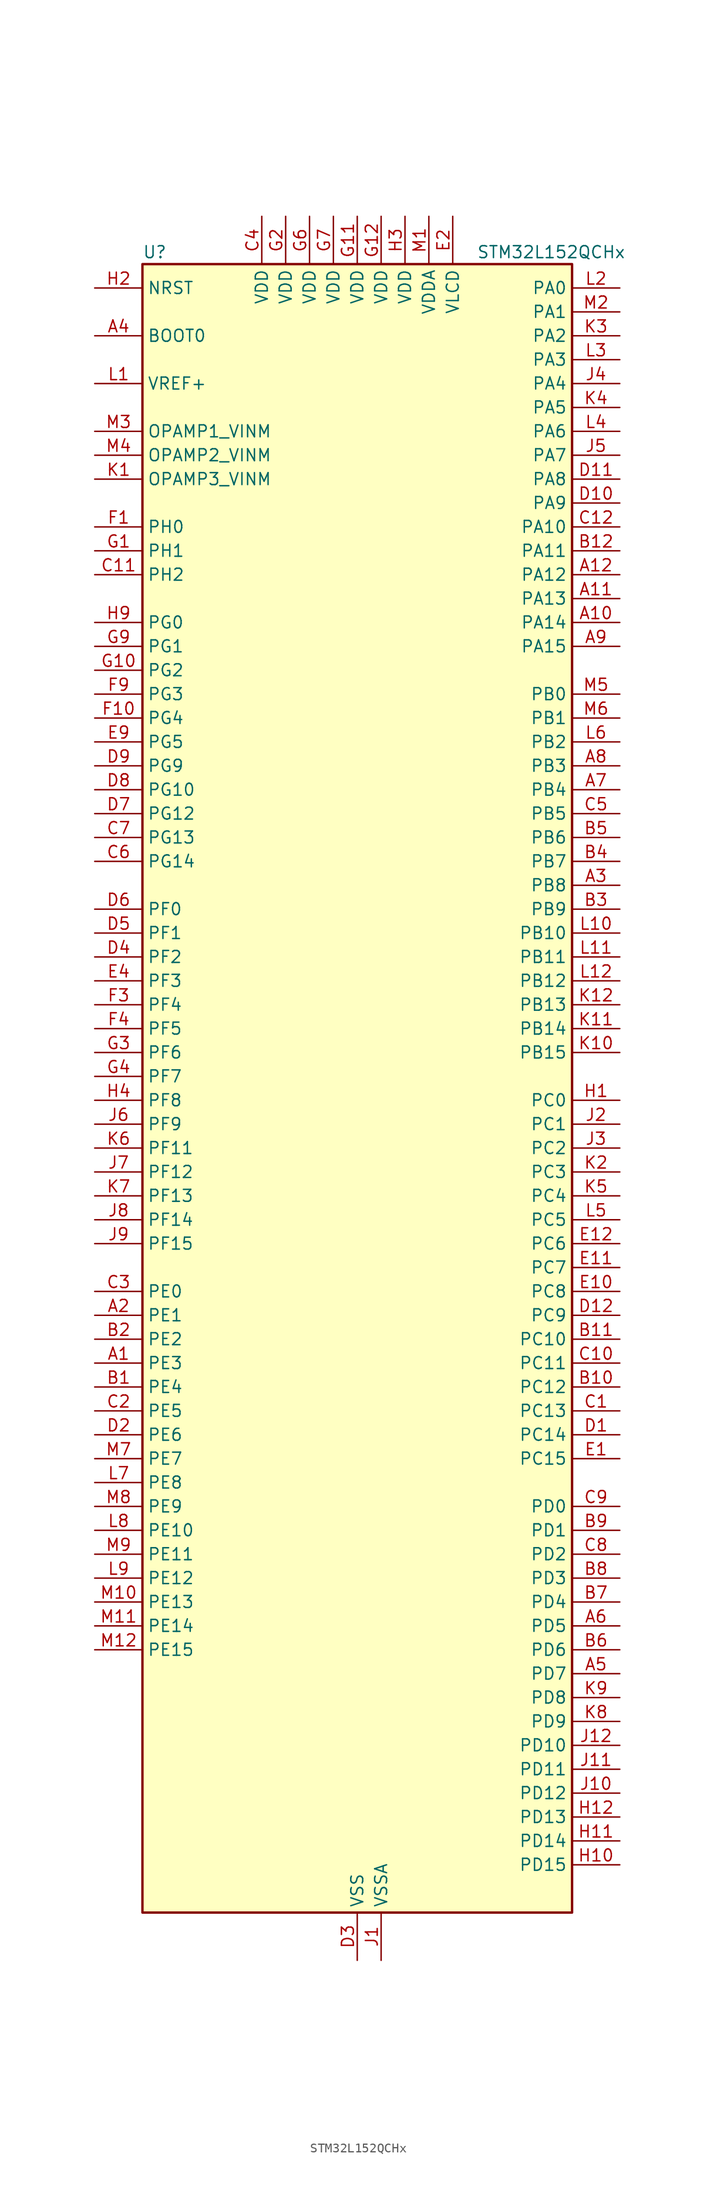
<source format=kicad_sym>
(kicad_symbol_lib
  (version 20220914)
  (generator kicad_symbol_editor)
  (symbol "STM32L152QCHx"
    (property "Reference" "U"
      (at -22.86 90.17 0)
      (effects (font (size 1.27 1.27)) (justify left)))
    (property "Value" "STM32L152QCHx"
      (at 12.7 90.17 0)
      (effects (font (size 1.27 1.27)) (justify left)))
    (property "ki_locked" ""
      (at 0 0 0)
      (effects (font (size 1.27 1.27))))
    (symbol "STM32L152QCHx_0_1"
      (rectangle (start -22.86 -86.36) (end 22.86 88.9) (stroke (width 0.254) (type default)) (fill (type background))))
    (symbol "STM32L152QCHx_1_1"
      (pin bidirectional line (at -27.94 -27.94 0) (length 5.08) (name "PE3" (effects (font (size 1.27 1.27)))) (number "A1" (effects (font (size 1.27 1.27)))) (alternate "LCD_SEG39" bidirectional line) (alternate "SYS_TRACED0" bidirectional line) (alternate "TIM3_CH1" bidirectional line) (alternate "TIMX_IC4" bidirectional line))
      (pin bidirectional line (at 27.94 50.8 180) (length 5.08) (name "PA14" (effects (font (size 1.27 1.27)))) (number "A10" (effects (font (size 1.27 1.27)))) (alternate "SYS_JTCK-SWCLK" bidirectional line) (alternate "TIMX_IC3" bidirectional line) (alternate "TS_G5_IO2" bidirectional line))
      (pin bidirectional line (at 27.94 53.34 180) (length 5.08) (name "PA13" (effects (font (size 1.27 1.27)))) (number "A11" (effects (font (size 1.27 1.27)))) (alternate "SYS_JTMS-SWDIO" bidirectional line) (alternate "TIMX_IC2" bidirectional line) (alternate "TS_G5_IO1" bidirectional line))
      (pin bidirectional line (at 27.94 55.88 180) (length 5.08) (name "PA12" (effects (font (size 1.27 1.27)))) (number "A12" (effects (font (size 1.27 1.27)))) (alternate "SPI1_MOSI" bidirectional line) (alternate "TIMX_IC1" bidirectional line) (alternate "USART1_RTS" bidirectional line) (alternate "USB_DP" bidirectional line))
      (pin bidirectional line (at -27.94 -22.86 0) (length 5.08) (name "PE1" (effects (font (size 1.27 1.27)))) (number "A2" (effects (font (size 1.27 1.27)))) (alternate "LCD_SEG37" bidirectional line) (alternate "TIM11_CH1" bidirectional line) (alternate "TIMX_IC2" bidirectional line))
      (pin bidirectional line (at 27.94 22.86 180) (length 5.08) (name "PB8" (effects (font (size 1.27 1.27)))) (number "A3" (effects (font (size 1.27 1.27)))) (alternate "I2C1_SCL" bidirectional line) (alternate "LCD_SEG16" bidirectional line) (alternate "TIM10_CH1" bidirectional line) (alternate "TIM4_CH3" bidirectional line))
      (pin input line (at -27.94 81.28 0) (length 5.08) (name "BOOT0" (effects (font (size 1.27 1.27)))) (number "A4" (effects (font (size 1.27 1.27)))))
      (pin bidirectional line (at 27.94 -60.96 180) (length 5.08) (name "PD7" (effects (font (size 1.27 1.27)))) (number "A5" (effects (font (size 1.27 1.27)))) (alternate "TIM9_CH2" bidirectional line) (alternate "TIMX_IC4" bidirectional line) (alternate "USART2_CK" bidirectional line))
      (pin bidirectional line (at 27.94 -55.88 180) (length 5.08) (name "PD5" (effects (font (size 1.27 1.27)))) (number "A6" (effects (font (size 1.27 1.27)))) (alternate "TIMX_IC2" bidirectional line) (alternate "USART2_TX" bidirectional line))
      (pin bidirectional line (at 27.94 33.02 180) (length 5.08) (name "PB4" (effects (font (size 1.27 1.27)))) (number "A7" (effects (font (size 1.27 1.27)))) (alternate "COMP2_INP" bidirectional line) (alternate "LCD_SEG8" bidirectional line) (alternate "SPI1_MISO" bidirectional line) (alternate "SPI3_MISO" bidirectional line) (alternate "SYS_JTRST" bidirectional line) (alternate "TIM3_CH1" bidirectional line) (alternate "TS_G6_IO1" bidirectional line))
      (pin bidirectional line (at 27.94 35.56 180) (length 5.08) (name "PB3" (effects (font (size 1.27 1.27)))) (number "A8" (effects (font (size 1.27 1.27)))) (alternate "COMP2_INM" bidirectional line) (alternate "I2S3_CK" bidirectional line) (alternate "LCD_SEG7" bidirectional line) (alternate "SPI1_SCK" bidirectional line) (alternate "SPI3_SCK" bidirectional line) (alternate "SYS_JTDO-TRACESWO" bidirectional line) (alternate "TIM2_CH2" bidirectional line))
      (pin bidirectional line (at 27.94 48.26 180) (length 5.08) (name "PA15" (effects (font (size 1.27 1.27)))) (number "A9" (effects (font (size 1.27 1.27)))) (alternate "ADC_EXTI15" bidirectional line) (alternate "I2S3_WS" bidirectional line) (alternate "LCD_SEG17" bidirectional line) (alternate "SPI1_NSS" bidirectional line) (alternate "SPI3_NSS" bidirectional line) (alternate "SYS_JTDI" bidirectional line) (alternate "TIM2_CH1" bidirectional line) (alternate "TIM2_ETR" bidirectional line) (alternate "TIMX_IC4" bidirectional line) (alternate "TS_G5_IO3" bidirectional line))
      (pin bidirectional line (at -27.94 -30.48 0) (length 5.08) (name "PE4" (effects (font (size 1.27 1.27)))) (number "B1" (effects (font (size 1.27 1.27)))) (alternate "SYS_TRACED1" bidirectional line) (alternate "TIM3_CH2" bidirectional line) (alternate "TIMX_IC1" bidirectional line))
      (pin bidirectional line (at 27.94 -30.48 180) (length 5.08) (name "PC12" (effects (font (size 1.27 1.27)))) (number "B10" (effects (font (size 1.27 1.27)))) (alternate "I2S3_SD" bidirectional line) (alternate "LCD_COM6" bidirectional line) (alternate "LCD_SEG30" bidirectional line) (alternate "LCD_SEG42" bidirectional line) (alternate "SPI3_MOSI" bidirectional line) (alternate "TIMX_IC1" bidirectional line) (alternate "USART3_CK" bidirectional line))
      (pin bidirectional line (at 27.94 -25.4 180) (length 5.08) (name "PC10" (effects (font (size 1.27 1.27)))) (number "B11" (effects (font (size 1.27 1.27)))) (alternate "I2S3_CK" bidirectional line) (alternate "LCD_COM4" bidirectional line) (alternate "LCD_SEG28" bidirectional line) (alternate "LCD_SEG40" bidirectional line) (alternate "SPI3_SCK" bidirectional line) (alternate "TIMX_IC3" bidirectional line) (alternate "USART3_TX" bidirectional line))
      (pin bidirectional line (at 27.94 58.42 180) (length 5.08) (name "PA11" (effects (font (size 1.27 1.27)))) (number "B12" (effects (font (size 1.27 1.27)))) (alternate "ADC_EXTI11" bidirectional line) (alternate "SPI1_MISO" bidirectional line) (alternate "TIMX_IC4" bidirectional line) (alternate "USART1_CTS" bidirectional line) (alternate "USB_DM" bidirectional line))
      (pin bidirectional line (at -27.94 -25.4 0) (length 5.08) (name "PE2" (effects (font (size 1.27 1.27)))) (number "B2" (effects (font (size 1.27 1.27)))) (alternate "LCD_SEG38" bidirectional line) (alternate "SYS_TRACECK" bidirectional line) (alternate "TIM3_ETR" bidirectional line) (alternate "TIMX_IC3" bidirectional line))
      (pin bidirectional line (at 27.94 20.32 180) (length 5.08) (name "PB9" (effects (font (size 1.27 1.27)))) (number "B3" (effects (font (size 1.27 1.27)))) (alternate "DAC_EXTI9" bidirectional line) (alternate "I2C1_SDA" bidirectional line) (alternate "LCD_COM3" bidirectional line) (alternate "TIM11_CH1" bidirectional line) (alternate "TIM4_CH4" bidirectional line))
      (pin bidirectional line (at 27.94 25.4 180) (length 5.08) (name "PB7" (effects (font (size 1.27 1.27)))) (number "B4" (effects (font (size 1.27 1.27)))) (alternate "COMP2_INP" bidirectional line) (alternate "I2C1_SDA" bidirectional line) (alternate "SYS_PVD_IN" bidirectional line) (alternate "TIM4_CH2" bidirectional line) (alternate "TS_G6_IO4" bidirectional line) (alternate "USART1_RX" bidirectional line))
      (pin bidirectional line (at 27.94 27.94 180) (length 5.08) (name "PB6" (effects (font (size 1.27 1.27)))) (number "B5" (effects (font (size 1.27 1.27)))) (alternate "COMP2_INP" bidirectional line) (alternate "I2C1_SCL" bidirectional line) (alternate "TIM4_CH1" bidirectional line) (alternate "TS_G6_IO3" bidirectional line) (alternate "USART1_TX" bidirectional line))
      (pin bidirectional line (at 27.94 -58.42 180) (length 5.08) (name "PD6" (effects (font (size 1.27 1.27)))) (number "B6" (effects (font (size 1.27 1.27)))) (alternate "TIMX_IC3" bidirectional line) (alternate "USART2_RX" bidirectional line))
      (pin bidirectional line (at 27.94 -53.34 180) (length 5.08) (name "PD4" (effects (font (size 1.27 1.27)))) (number "B7" (effects (font (size 1.27 1.27)))) (alternate "I2S2_SD" bidirectional line) (alternate "SPI2_MOSI" bidirectional line) (alternate "TIMX_IC1" bidirectional line) (alternate "USART2_RTS" bidirectional line))
      (pin bidirectional line (at 27.94 -50.8 180) (length 5.08) (name "PD3" (effects (font (size 1.27 1.27)))) (number "B8" (effects (font (size 1.27 1.27)))) (alternate "SPI2_MISO" bidirectional line) (alternate "TIMX_IC4" bidirectional line) (alternate "USART2_CTS" bidirectional line))
      (pin bidirectional line (at 27.94 -45.72 180) (length 5.08) (name "PD1" (effects (font (size 1.27 1.27)))) (number "B9" (effects (font (size 1.27 1.27)))) (alternate "I2S2_CK" bidirectional line) (alternate "SPI2_SCK" bidirectional line) (alternate "TIMX_IC2" bidirectional line))
      (pin bidirectional line (at 27.94 -33.02 180) (length 5.08) (name "PC13" (effects (font (size 1.27 1.27)))) (number "C1" (effects (font (size 1.27 1.27)))) (alternate "RTC_OUT_ALARM" bidirectional line) (alternate "RTC_OUT_CALIB" bidirectional line) (alternate "RTC_TAMP1" bidirectional line) (alternate "RTC_TS" bidirectional line) (alternate "SYS_WKUP2" bidirectional line) (alternate "TIMX_IC2" bidirectional line))
      (pin bidirectional line (at 27.94 -27.94 180) (length 5.08) (name "PC11" (effects (font (size 1.27 1.27)))) (number "C10" (effects (font (size 1.27 1.27)))) (alternate "ADC_EXTI11" bidirectional line) (alternate "LCD_COM5" bidirectional line) (alternate "LCD_SEG29" bidirectional line) (alternate "LCD_SEG41" bidirectional line) (alternate "SPI3_MISO" bidirectional line) (alternate "TIMX_IC4" bidirectional line) (alternate "USART3_RX" bidirectional line))
      (pin bidirectional line (at -27.94 55.88 0) (length 5.08) (name "PH2" (effects (font (size 1.27 1.27)))) (number "C11" (effects (font (size 1.27 1.27)))))
      (pin bidirectional line (at 27.94 60.96 180) (length 5.08) (name "PA10" (effects (font (size 1.27 1.27)))) (number "C12" (effects (font (size 1.27 1.27)))) (alternate "LCD_COM2" bidirectional line) (alternate "TIMX_IC3" bidirectional line) (alternate "TS_G4_IO3" bidirectional line) (alternate "USART1_RX" bidirectional line))
      (pin bidirectional line (at -27.94 -33.02 0) (length 5.08) (name "PE5" (effects (font (size 1.27 1.27)))) (number "C2" (effects (font (size 1.27 1.27)))) (alternate "SYS_TRACED2" bidirectional line) (alternate "TIM9_CH1" bidirectional line) (alternate "TIMX_IC2" bidirectional line))
      (pin bidirectional line (at -27.94 -20.32 0) (length 5.08) (name "PE0" (effects (font (size 1.27 1.27)))) (number "C3" (effects (font (size 1.27 1.27)))) (alternate "LCD_SEG36" bidirectional line) (alternate "TIM10_CH1" bidirectional line) (alternate "TIM4_ETR" bidirectional line) (alternate "TIMX_IC1" bidirectional line))
      (pin power_in line (at -10.16 93.98 270) (length 5.08) (name "VDD" (effects (font (size 1.27 1.27)))) (number "C4" (effects (font (size 1.27 1.27)))))
      (pin bidirectional line (at 27.94 30.48 180) (length 5.08) (name "PB5" (effects (font (size 1.27 1.27)))) (number "C5" (effects (font (size 1.27 1.27)))) (alternate "COMP2_INP" bidirectional line) (alternate "I2C1_SMBA" bidirectional line) (alternate "I2S3_SD" bidirectional line) (alternate "LCD_SEG9" bidirectional line) (alternate "SPI1_MOSI" bidirectional line) (alternate "SPI3_MOSI" bidirectional line) (alternate "TIM3_CH2" bidirectional line) (alternate "TS_G6_IO2" bidirectional line))
      (pin bidirectional line (at -27.94 25.4 0) (length 5.08) (name "PG14" (effects (font (size 1.27 1.27)))) (number "C6" (effects (font (size 1.27 1.27)))))
      (pin bidirectional line (at -27.94 27.94 0) (length 5.08) (name "PG13" (effects (font (size 1.27 1.27)))) (number "C7" (effects (font (size 1.27 1.27)))))
      (pin bidirectional line (at 27.94 -48.26 180) (length 5.08) (name "PD2" (effects (font (size 1.27 1.27)))) (number "C8" (effects (font (size 1.27 1.27)))) (alternate "LCD_COM7" bidirectional line) (alternate "LCD_SEG31" bidirectional line) (alternate "LCD_SEG43" bidirectional line) (alternate "TIM3_ETR" bidirectional line) (alternate "TIMX_IC3" bidirectional line))
      (pin bidirectional line (at 27.94 -43.18 180) (length 5.08) (name "PD0" (effects (font (size 1.27 1.27)))) (number "C9" (effects (font (size 1.27 1.27)))) (alternate "I2S2_WS" bidirectional line) (alternate "SPI2_NSS" bidirectional line) (alternate "TIM9_CH1" bidirectional line) (alternate "TIMX_IC1" bidirectional line))
      (pin bidirectional line (at 27.94 -35.56 180) (length 5.08) (name "PC14" (effects (font (size 1.27 1.27)))) (number "D1" (effects (font (size 1.27 1.27)))) (alternate "RCC_OSC32_IN" bidirectional line) (alternate "TIMX_IC3" bidirectional line))
      (pin bidirectional line (at 27.94 63.5 180) (length 5.08) (name "PA9" (effects (font (size 1.27 1.27)))) (number "D10" (effects (font (size 1.27 1.27)))) (alternate "DAC_EXTI9" bidirectional line) (alternate "LCD_COM1" bidirectional line) (alternate "TIMX_IC2" bidirectional line) (alternate "TS_G4_IO2" bidirectional line) (alternate "USART1_TX" bidirectional line))
      (pin bidirectional line (at 27.94 66.04 180) (length 5.08) (name "PA8" (effects (font (size 1.27 1.27)))) (number "D11" (effects (font (size 1.27 1.27)))) (alternate "LCD_COM0" bidirectional line) (alternate "RCC_MCO" bidirectional line) (alternate "TIMX_IC1" bidirectional line) (alternate "TS_G4_IO1" bidirectional line) (alternate "USART1_CK" bidirectional line))
      (pin bidirectional line (at 27.94 -22.86 180) (length 5.08) (name "PC9" (effects (font (size 1.27 1.27)))) (number "D12" (effects (font (size 1.27 1.27)))) (alternate "DAC_EXTI9" bidirectional line) (alternate "LCD_SEG27" bidirectional line) (alternate "TIM3_CH4" bidirectional line) (alternate "TIMX_IC2" bidirectional line) (alternate "TS_G10_IO4" bidirectional line))
      (pin bidirectional line (at -27.94 -35.56 0) (length 5.08) (name "PE6" (effects (font (size 1.27 1.27)))) (number "D2" (effects (font (size 1.27 1.27)))) (alternate "RTC_TAMP3" bidirectional line) (alternate "SYS_TRACED3" bidirectional line) (alternate "SYS_WKUP3" bidirectional line) (alternate "TIM9_CH2" bidirectional line) (alternate "TIMX_IC3" bidirectional line))
      (pin power_in line (at 0 -91.44 90) (length 5.08) (name "VSS" (effects (font (size 1.27 1.27)))) (number "D3" (effects (font (size 1.27 1.27)))))
      (pin bidirectional line (at -27.94 15.24 0) (length 5.08) (name "PF2" (effects (font (size 1.27 1.27)))) (number "D4" (effects (font (size 1.27 1.27)))))
      (pin bidirectional line (at -27.94 17.78 0) (length 5.08) (name "PF1" (effects (font (size 1.27 1.27)))) (number "D5" (effects (font (size 1.27 1.27)))))
      (pin bidirectional line (at -27.94 20.32 0) (length 5.08) (name "PF0" (effects (font (size 1.27 1.27)))) (number "D6" (effects (font (size 1.27 1.27)))))
      (pin bidirectional line (at -27.94 30.48 0) (length 5.08) (name "PG12" (effects (font (size 1.27 1.27)))) (number "D7" (effects (font (size 1.27 1.27)))))
      (pin bidirectional line (at -27.94 33.02 0) (length 5.08) (name "PG10" (effects (font (size 1.27 1.27)))) (number "D8" (effects (font (size 1.27 1.27)))))
      (pin bidirectional line (at -27.94 35.56 0) (length 5.08) (name "PG9" (effects (font (size 1.27 1.27)))) (number "D9" (effects (font (size 1.27 1.27)))) (alternate "DAC_EXTI9" bidirectional line))
      (pin bidirectional line (at 27.94 -38.1 180) (length 5.08) (name "PC15" (effects (font (size 1.27 1.27)))) (number "E1" (effects (font (size 1.27 1.27)))) (alternate "ADC_EXTI15" bidirectional line) (alternate "RCC_OSC32_OUT" bidirectional line) (alternate "TIMX_IC4" bidirectional line))
      (pin bidirectional line (at 27.94 -20.32 180) (length 5.08) (name "PC8" (effects (font (size 1.27 1.27)))) (number "E10" (effects (font (size 1.27 1.27)))) (alternate "LCD_SEG26" bidirectional line) (alternate "TIM3_CH3" bidirectional line) (alternate "TIMX_IC1" bidirectional line) (alternate "TS_G10_IO3" bidirectional line))
      (pin bidirectional line (at 27.94 -17.78 180) (length 5.08) (name "PC7" (effects (font (size 1.27 1.27)))) (number "E11" (effects (font (size 1.27 1.27)))) (alternate "I2S3_MCK" bidirectional line) (alternate "LCD_SEG25" bidirectional line) (alternate "TIM3_CH2" bidirectional line) (alternate "TIMX_IC4" bidirectional line) (alternate "TS_G10_IO2" bidirectional line))
      (pin bidirectional line (at 27.94 -15.24 180) (length 5.08) (name "PC6" (effects (font (size 1.27 1.27)))) (number "E12" (effects (font (size 1.27 1.27)))) (alternate "I2S2_MCK" bidirectional line) (alternate "LCD_SEG24" bidirectional line) (alternate "TIM3_CH1" bidirectional line) (alternate "TIMX_IC3" bidirectional line) (alternate "TS_G10_IO1" bidirectional line))
      (pin power_in line (at 10.16 93.98 270) (length 5.08) (name "VLCD" (effects (font (size 1.27 1.27)))) (number "E2" (effects (font (size 1.27 1.27)))))
      (pin passive line (at 0 -91.44 90) (length 5.08) hide (name "VSS" (effects (font (size 1.27 1.27)))) (number "E3" (effects (font (size 1.27 1.27)))))
      (pin bidirectional line (at -27.94 12.7 0) (length 5.08) (name "PF3" (effects (font (size 1.27 1.27)))) (number "E4" (effects (font (size 1.27 1.27)))))
      (pin bidirectional line (at -27.94 38.1 0) (length 5.08) (name "PG5" (effects (font (size 1.27 1.27)))) (number "E9" (effects (font (size 1.27 1.27)))))
      (pin bidirectional line (at -27.94 60.96 0) (length 5.08) (name "PH0" (effects (font (size 1.27 1.27)))) (number "F1" (effects (font (size 1.27 1.27)))) (alternate "RCC_OSC_IN" bidirectional line))
      (pin bidirectional line (at -27.94 40.64 0) (length 5.08) (name "PG4" (effects (font (size 1.27 1.27)))) (number "F10" (effects (font (size 1.27 1.27)))) (alternate "ADC_IN12b" bidirectional line) (alternate "TS_G7_IO7" bidirectional line))
      (pin passive line (at 0 -91.44 90) (length 5.08) hide (name "VSS" (effects (font (size 1.27 1.27)))) (number "F11" (effects (font (size 1.27 1.27)))))
      (pin passive line (at 0 -91.44 90) (length 5.08) hide (name "VSS" (effects (font (size 1.27 1.27)))) (number "F12" (effects (font (size 1.27 1.27)))))
      (pin passive line (at 0 -91.44 90) (length 5.08) hide (name "VSS" (effects (font (size 1.27 1.27)))) (number "F2" (effects (font (size 1.27 1.27)))))
      (pin bidirectional line (at -27.94 10.16 0) (length 5.08) (name "PF4" (effects (font (size 1.27 1.27)))) (number "F3" (effects (font (size 1.27 1.27)))))
      (pin bidirectional line (at -27.94 7.62 0) (length 5.08) (name "PF5" (effects (font (size 1.27 1.27)))) (number "F4" (effects (font (size 1.27 1.27)))))
      (pin passive line (at 0 -91.44 90) (length 5.08) hide (name "VSS" (effects (font (size 1.27 1.27)))) (number "F6" (effects (font (size 1.27 1.27)))))
      (pin passive line (at 0 -91.44 90) (length 5.08) hide (name "VSS" (effects (font (size 1.27 1.27)))) (number "F7" (effects (font (size 1.27 1.27)))))
      (pin bidirectional line (at -27.94 43.18 0) (length 5.08) (name "PG3" (effects (font (size 1.27 1.27)))) (number "F9" (effects (font (size 1.27 1.27)))) (alternate "ADC_IN11b" bidirectional line) (alternate "TS_G7_IO6" bidirectional line))
      (pin bidirectional line (at -27.94 58.42 0) (length 5.08) (name "PH1" (effects (font (size 1.27 1.27)))) (number "G1" (effects (font (size 1.27 1.27)))) (alternate "RCC_OSC_OUT" bidirectional line))
      (pin bidirectional line (at -27.94 45.72 0) (length 5.08) (name "PG2" (effects (font (size 1.27 1.27)))) (number "G10" (effects (font (size 1.27 1.27)))) (alternate "ADC_IN10b" bidirectional line) (alternate "TS_G7_IO5" bidirectional line))
      (pin power_in line (at 0 93.98 270) (length 5.08) (name "VDD" (effects (font (size 1.27 1.27)))) (number "G11" (effects (font (size 1.27 1.27)))))
      (pin power_in line (at 2.54 93.98 270) (length 5.08) (name "VDD" (effects (font (size 1.27 1.27)))) (number "G12" (effects (font (size 1.27 1.27)))))
      (pin power_in line (at -7.62 93.98 270) (length 5.08) (name "VDD" (effects (font (size 1.27 1.27)))) (number "G2" (effects (font (size 1.27 1.27)))))
      (pin bidirectional line (at -27.94 5.08 0) (length 5.08) (name "PF6" (effects (font (size 1.27 1.27)))) (number "G3" (effects (font (size 1.27 1.27)))) (alternate "ADC_IN27" bidirectional line) (alternate "TIM5_CH1" bidirectional line) (alternate "TIM5_ETR" bidirectional line) (alternate "TS_G11_IO1" bidirectional line))
      (pin bidirectional line (at -27.94 2.54 0) (length 5.08) (name "PF7" (effects (font (size 1.27 1.27)))) (number "G4" (effects (font (size 1.27 1.27)))) (alternate "ADC_IN28" bidirectional line) (alternate "COMP1_INP" bidirectional line) (alternate "TIM5_CH2" bidirectional line) (alternate "TS_G11_IO2" bidirectional line))
      (pin power_in line (at -5.08 93.98 270) (length 5.08) (name "VDD" (effects (font (size 1.27 1.27)))) (number "G6" (effects (font (size 1.27 1.27)))))
      (pin power_in line (at -2.54 93.98 270) (length 5.08) (name "VDD" (effects (font (size 1.27 1.27)))) (number "G7" (effects (font (size 1.27 1.27)))))
      (pin bidirectional line (at -27.94 48.26 0) (length 5.08) (name "PG1" (effects (font (size 1.27 1.27)))) (number "G9" (effects (font (size 1.27 1.27)))) (alternate "ADC_IN9b" bidirectional line) (alternate "TS_G2_IO5" bidirectional line))
      (pin bidirectional line (at 27.94 0 180) (length 5.08) (name "PC0" (effects (font (size 1.27 1.27)))) (number "H1" (effects (font (size 1.27 1.27)))) (alternate "ADC_IN10" bidirectional line) (alternate "COMP1_INP" bidirectional line) (alternate "LCD_SEG18" bidirectional line) (alternate "TIMX_IC1" bidirectional line) (alternate "TS_G8_IO1" bidirectional line))
      (pin bidirectional line (at 27.94 -81.28 180) (length 5.08) (name "PD15" (effects (font (size 1.27 1.27)))) (number "H10" (effects (font (size 1.27 1.27)))) (alternate "ADC_EXTI15" bidirectional line) (alternate "LCD_SEG35" bidirectional line) (alternate "TIM4_CH4" bidirectional line) (alternate "TIMX_IC4" bidirectional line))
      (pin bidirectional line (at 27.94 -78.74 180) (length 5.08) (name "PD14" (effects (font (size 1.27 1.27)))) (number "H11" (effects (font (size 1.27 1.27)))) (alternate "LCD_SEG34" bidirectional line) (alternate "TIM4_CH3" bidirectional line) (alternate "TIMX_IC3" bidirectional line))
      (pin bidirectional line (at 27.94 -76.2 180) (length 5.08) (name "PD13" (effects (font (size 1.27 1.27)))) (number "H12" (effects (font (size 1.27 1.27)))) (alternate "LCD_SEG33" bidirectional line) (alternate "TIM4_CH2" bidirectional line) (alternate "TIMX_IC2" bidirectional line))
      (pin input line (at -27.94 86.36 0) (length 5.08) (name "NRST" (effects (font (size 1.27 1.27)))) (number "H2" (effects (font (size 1.27 1.27)))))
      (pin power_in line (at 5.08 93.98 270) (length 5.08) (name "VDD" (effects (font (size 1.27 1.27)))) (number "H3" (effects (font (size 1.27 1.27)))))
      (pin bidirectional line (at -27.94 0 0) (length 5.08) (name "PF8" (effects (font (size 1.27 1.27)))) (number "H4" (effects (font (size 1.27 1.27)))) (alternate "ADC_IN29" bidirectional line) (alternate "COMP1_INP" bidirectional line) (alternate "TIM5_CH3" bidirectional line) (alternate "TS_G11_IO3" bidirectional line))
      (pin bidirectional line (at -27.94 50.8 0) (length 5.08) (name "PG0" (effects (font (size 1.27 1.27)))) (number "H9" (effects (font (size 1.27 1.27)))) (alternate "ADC_IN8b" bidirectional line) (alternate "TS_G2_IO4" bidirectional line))
      (pin power_in line (at 2.54 -91.44 90) (length 5.08) (name "VSSA" (effects (font (size 1.27 1.27)))) (number "J1" (effects (font (size 1.27 1.27)))))
      (pin bidirectional line (at 27.94 -73.66 180) (length 5.08) (name "PD12" (effects (font (size 1.27 1.27)))) (number "J10" (effects (font (size 1.27 1.27)))) (alternate "LCD_SEG32" bidirectional line) (alternate "TIM4_CH1" bidirectional line) (alternate "TIMX_IC1" bidirectional line) (alternate "USART3_RTS" bidirectional line))
      (pin bidirectional line (at 27.94 -71.12 180) (length 5.08) (name "PD11" (effects (font (size 1.27 1.27)))) (number "J11" (effects (font (size 1.27 1.27)))) (alternate "ADC_EXTI11" bidirectional line) (alternate "LCD_SEG31" bidirectional line) (alternate "TIMX_IC4" bidirectional line) (alternate "USART3_CTS" bidirectional line))
      (pin bidirectional line (at 27.94 -68.58 180) (length 5.08) (name "PD10" (effects (font (size 1.27 1.27)))) (number "J12" (effects (font (size 1.27 1.27)))) (alternate "LCD_SEG30" bidirectional line) (alternate "TIMX_IC3" bidirectional line) (alternate "USART3_CK" bidirectional line))
      (pin bidirectional line (at 27.94 -2.54 180) (length 5.08) (name "PC1" (effects (font (size 1.27 1.27)))) (number "J2" (effects (font (size 1.27 1.27)))) (alternate "ADC_IN11" bidirectional line) (alternate "COMP1_INP" bidirectional line) (alternate "LCD_SEG19" bidirectional line) (alternate "TIMX_IC2" bidirectional line) (alternate "TS_G8_IO2" bidirectional line))
      (pin bidirectional line (at 27.94 -5.08 180) (length 5.08) (name "PC2" (effects (font (size 1.27 1.27)))) (number "J3" (effects (font (size 1.27 1.27)))) (alternate "ADC_IN12" bidirectional line) (alternate "COMP1_INP" bidirectional line) (alternate "LCD_SEG20" bidirectional line) (alternate "TIMX_IC3" bidirectional line) (alternate "TS_G8_IO3" bidirectional line))
      (pin bidirectional line (at 27.94 76.2 180) (length 5.08) (name "PA4" (effects (font (size 1.27 1.27)))) (number "J4" (effects (font (size 1.27 1.27)))) (alternate "ADC_IN4" bidirectional line) (alternate "COMP1_INP" bidirectional line) (alternate "DAC_OUT1" bidirectional line) (alternate "I2S3_WS" bidirectional line) (alternate "SPI1_NSS" bidirectional line) (alternate "SPI3_NSS" bidirectional line) (alternate "TIMX_IC1" bidirectional line) (alternate "USART2_CK" bidirectional line))
      (pin bidirectional line (at 27.94 68.58 180) (length 5.08) (name "PA7" (effects (font (size 1.27 1.27)))) (number "J5" (effects (font (size 1.27 1.27)))) (alternate "ADC_IN7" bidirectional line) (alternate "COMP1_INP" bidirectional line) (alternate "LCD_SEG4" bidirectional line) (alternate "SPI1_MOSI" bidirectional line) (alternate "TIM11_CH1" bidirectional line) (alternate "TIM3_CH2" bidirectional line) (alternate "TIMX_IC4" bidirectional line) (alternate "TS_G2_IO2" bidirectional line))
      (pin bidirectional line (at -27.94 -2.54 0) (length 5.08) (name "PF9" (effects (font (size 1.27 1.27)))) (number "J6" (effects (font (size 1.27 1.27)))) (alternate "ADC_IN30" bidirectional line) (alternate "COMP1_INP" bidirectional line) (alternate "DAC_EXTI9" bidirectional line) (alternate "TIM5_CH4" bidirectional line) (alternate "TS_G11_IO4" bidirectional line))
      (pin bidirectional line (at -27.94 -7.62 0) (length 5.08) (name "PF12" (effects (font (size 1.27 1.27)))) (number "J7" (effects (font (size 1.27 1.27)))) (alternate "ADC_IN2b" bidirectional line) (alternate "TS_G3_IO5" bidirectional line))
      (pin bidirectional line (at -27.94 -12.7 0) (length 5.08) (name "PF14" (effects (font (size 1.27 1.27)))) (number "J8" (effects (font (size 1.27 1.27)))) (alternate "ADC_IN6b" bidirectional line) (alternate "TS_G9_IO4" bidirectional line))
      (pin bidirectional line (at -27.94 -15.24 0) (length 5.08) (name "PF15" (effects (font (size 1.27 1.27)))) (number "J9" (effects (font (size 1.27 1.27)))) (alternate "ADC_EXTI15" bidirectional line) (alternate "ADC_IN7b" bidirectional line) (alternate "TS_G2_IO3" bidirectional line))
      (pin input line (at -27.94 66.04 0) (length 5.08) (name "OPAMP3_VINM" (effects (font (size 1.27 1.27)))) (number "K1" (effects (font (size 1.27 1.27)))))
      (pin bidirectional line (at 27.94 5.08 180) (length 5.08) (name "PB15" (effects (font (size 1.27 1.27)))) (number "K10" (effects (font (size 1.27 1.27)))) (alternate "ADC_EXTI15" bidirectional line) (alternate "ADC_IN21" bidirectional line) (alternate "COMP1_INP" bidirectional line) (alternate "I2S2_SD" bidirectional line) (alternate "LCD_SEG15" bidirectional line) (alternate "RTC_REFIN" bidirectional line) (alternate "SPI2_MOSI" bidirectional line) (alternate "TIM11_CH1" bidirectional line) (alternate "TS_G7_IO4" bidirectional line))
      (pin bidirectional line (at 27.94 7.62 180) (length 5.08) (name "PB14" (effects (font (size 1.27 1.27)))) (number "K11" (effects (font (size 1.27 1.27)))) (alternate "ADC_IN20" bidirectional line) (alternate "COMP1_INP" bidirectional line) (alternate "LCD_SEG14" bidirectional line) (alternate "SPI2_MISO" bidirectional line) (alternate "TIM9_CH2" bidirectional line) (alternate "TS_G7_IO3" bidirectional line) (alternate "USART3_RTS" bidirectional line))
      (pin bidirectional line (at 27.94 10.16 180) (length 5.08) (name "PB13" (effects (font (size 1.27 1.27)))) (number "K12" (effects (font (size 1.27 1.27)))) (alternate "ADC_IN19" bidirectional line) (alternate "COMP1_INP" bidirectional line) (alternate "I2S2_CK" bidirectional line) (alternate "LCD_SEG13" bidirectional line) (alternate "SPI2_SCK" bidirectional line) (alternate "TIM9_CH1" bidirectional line) (alternate "TS_G7_IO2" bidirectional line) (alternate "USART3_CTS" bidirectional line))
      (pin bidirectional line (at 27.94 -7.62 180) (length 5.08) (name "PC3" (effects (font (size 1.27 1.27)))) (number "K2" (effects (font (size 1.27 1.27)))) (alternate "ADC_IN13" bidirectional line) (alternate "COMP1_INP" bidirectional line) (alternate "LCD_SEG21" bidirectional line) (alternate "TIMX_IC4" bidirectional line) (alternate "TS_G8_IO4" bidirectional line))
      (pin bidirectional line (at 27.94 81.28 180) (length 5.08) (name "PA2" (effects (font (size 1.27 1.27)))) (number "K3" (effects (font (size 1.27 1.27)))) (alternate "ADC_IN2" bidirectional line) (alternate "COMP1_INP" bidirectional line) (alternate "LCD_SEG1" bidirectional line) (alternate "TIM2_CH3" bidirectional line) (alternate "TIM5_CH3" bidirectional line) (alternate "TIM9_CH1" bidirectional line) (alternate "TIMX_IC3" bidirectional line) (alternate "TS_G1_IO3" bidirectional line) (alternate "USART2_TX" bidirectional line))
      (pin bidirectional line (at 27.94 73.66 180) (length 5.08) (name "PA5" (effects (font (size 1.27 1.27)))) (number "K4" (effects (font (size 1.27 1.27)))) (alternate "ADC_IN5" bidirectional line) (alternate "COMP1_INP" bidirectional line) (alternate "DAC_OUT2" bidirectional line) (alternate "SPI1_SCK" bidirectional line) (alternate "TIM2_CH1" bidirectional line) (alternate "TIM2_ETR" bidirectional line) (alternate "TIMX_IC2" bidirectional line))
      (pin bidirectional line (at 27.94 -10.16 180) (length 5.08) (name "PC4" (effects (font (size 1.27 1.27)))) (number "K5" (effects (font (size 1.27 1.27)))) (alternate "ADC_IN14" bidirectional line) (alternate "COMP1_INP" bidirectional line) (alternate "LCD_SEG22" bidirectional line) (alternate "TIMX_IC1" bidirectional line) (alternate "TS_G9_IO1" bidirectional line))
      (pin bidirectional line (at -27.94 -5.08 0) (length 5.08) (name "PF11" (effects (font (size 1.27 1.27)))) (number "K6" (effects (font (size 1.27 1.27)))) (alternate "ADC_EXTI11" bidirectional line) (alternate "ADC_IN1b" bidirectional line) (alternate "TS_G3_IO4" bidirectional line))
      (pin bidirectional line (at -27.94 -10.16 0) (length 5.08) (name "PF13" (effects (font (size 1.27 1.27)))) (number "K7" (effects (font (size 1.27 1.27)))) (alternate "ADC_IN3b" bidirectional line) (alternate "TS_G9_IO3" bidirectional line))
      (pin bidirectional line (at 27.94 -66.04 180) (length 5.08) (name "PD9" (effects (font (size 1.27 1.27)))) (number "K8" (effects (font (size 1.27 1.27)))) (alternate "DAC_EXTI9" bidirectional line) (alternate "LCD_SEG29" bidirectional line) (alternate "TIMX_IC2" bidirectional line) (alternate "USART3_RX" bidirectional line))
      (pin bidirectional line (at 27.94 -63.5 180) (length 5.08) (name "PD8" (effects (font (size 1.27 1.27)))) (number "K9" (effects (font (size 1.27 1.27)))) (alternate "LCD_SEG28" bidirectional line) (alternate "TIMX_IC1" bidirectional line) (alternate "USART3_TX" bidirectional line))
      (pin input line (at -27.94 76.2 0) (length 5.08) (name "VREF+" (effects (font (size 1.27 1.27)))) (number "L1" (effects (font (size 1.27 1.27)))))
      (pin bidirectional line (at 27.94 17.78 180) (length 5.08) (name "PB10" (effects (font (size 1.27 1.27)))) (number "L10" (effects (font (size 1.27 1.27)))) (alternate "I2C2_SCL" bidirectional line) (alternate "LCD_SEG10" bidirectional line) (alternate "TIM2_CH3" bidirectional line) (alternate "USART3_TX" bidirectional line))
      (pin bidirectional line (at 27.94 15.24 180) (length 5.08) (name "PB11" (effects (font (size 1.27 1.27)))) (number "L11" (effects (font (size 1.27 1.27)))) (alternate "ADC_EXTI11" bidirectional line) (alternate "I2C2_SDA" bidirectional line) (alternate "LCD_SEG11" bidirectional line) (alternate "TIM2_CH4" bidirectional line) (alternate "USART3_RX" bidirectional line))
      (pin bidirectional line (at 27.94 12.7 180) (length 5.08) (name "PB12" (effects (font (size 1.27 1.27)))) (number "L12" (effects (font (size 1.27 1.27)))) (alternate "ADC_IN18" bidirectional line) (alternate "COMP1_INP" bidirectional line) (alternate "I2C2_SMBA" bidirectional line) (alternate "I2S2_WS" bidirectional line) (alternate "LCD_SEG12" bidirectional line) (alternate "SPI2_NSS" bidirectional line) (alternate "TIM10_CH1" bidirectional line) (alternate "TS_G7_IO1" bidirectional line) (alternate "USART3_CK" bidirectional line))
      (pin bidirectional line (at 27.94 86.36 180) (length 5.08) (name "PA0" (effects (font (size 1.27 1.27)))) (number "L2" (effects (font (size 1.27 1.27)))) (alternate "ADC_IN0" bidirectional line) (alternate "COMP1_INP" bidirectional line) (alternate "RTC_TAMP2" bidirectional line) (alternate "SYS_WKUP1" bidirectional line) (alternate "TIM2_CH1" bidirectional line) (alternate "TIM2_ETR" bidirectional line) (alternate "TIM5_CH1" bidirectional line) (alternate "TIMX_IC1" bidirectional line) (alternate "TS_G1_IO1" bidirectional line) (alternate "USART2_CTS" bidirectional line))
      (pin bidirectional line (at 27.94 78.74 180) (length 5.08) (name "PA3" (effects (font (size 1.27 1.27)))) (number "L3" (effects (font (size 1.27 1.27)))) (alternate "ADC_IN3" bidirectional line) (alternate "COMP1_INP" bidirectional line) (alternate "LCD_SEG2" bidirectional line) (alternate "OPAMP1_VOUT" bidirectional line) (alternate "TIM2_CH4" bidirectional line) (alternate "TIM5_CH4" bidirectional line) (alternate "TIM9_CH2" bidirectional line) (alternate "TIMX_IC4" bidirectional line) (alternate "TS_G1_IO4" bidirectional line) (alternate "USART2_RX" bidirectional line))
      (pin bidirectional line (at 27.94 71.12 180) (length 5.08) (name "PA6" (effects (font (size 1.27 1.27)))) (number "L4" (effects (font (size 1.27 1.27)))) (alternate "ADC_IN6" bidirectional line) (alternate "COMP1_INP" bidirectional line) (alternate "LCD_SEG3" bidirectional line) (alternate "OPAMP2_VINP" bidirectional line) (alternate "SPI1_MISO" bidirectional line) (alternate "TIM10_CH1" bidirectional line) (alternate "TIM3_CH1" bidirectional line) (alternate "TIMX_IC3" bidirectional line) (alternate "TS_G2_IO1" bidirectional line))
      (pin bidirectional line (at 27.94 -12.7 180) (length 5.08) (name "PC5" (effects (font (size 1.27 1.27)))) (number "L5" (effects (font (size 1.27 1.27)))) (alternate "ADC_IN15" bidirectional line) (alternate "COMP1_INP" bidirectional line) (alternate "LCD_SEG23" bidirectional line) (alternate "TIMX_IC2" bidirectional line) (alternate "TS_G9_IO2" bidirectional line))
      (pin bidirectional line (at 27.94 38.1 180) (length 5.08) (name "PB2" (effects (font (size 1.27 1.27)))) (number "L6" (effects (font (size 1.27 1.27)))) (alternate "ADC_IN0b" bidirectional line) (alternate "TS_G3_IO3" bidirectional line))
      (pin bidirectional line (at -27.94 -40.64 0) (length 5.08) (name "PE8" (effects (font (size 1.27 1.27)))) (number "L7" (effects (font (size 1.27 1.27)))) (alternate "ADC_IN23" bidirectional line) (alternate "COMP1_INP" bidirectional line) (alternate "TIMX_IC1" bidirectional line))
      (pin bidirectional line (at -27.94 -45.72 0) (length 5.08) (name "PE10" (effects (font (size 1.27 1.27)))) (number "L8" (effects (font (size 1.27 1.27)))) (alternate "ADC_IN25" bidirectional line) (alternate "COMP1_INP" bidirectional line) (alternate "TIM2_CH2" bidirectional line) (alternate "TIMX_IC3" bidirectional line))
      (pin bidirectional line (at -27.94 -50.8 0) (length 5.08) (name "PE12" (effects (font (size 1.27 1.27)))) (number "L9" (effects (font (size 1.27 1.27)))) (alternate "SPI1_NSS" bidirectional line) (alternate "TIM2_CH4" bidirectional line) (alternate "TIMX_IC1" bidirectional line))
      (pin power_in line (at 7.62 93.98 270) (length 5.08) (name "VDDA" (effects (font (size 1.27 1.27)))) (number "M1" (effects (font (size 1.27 1.27)))))
      (pin bidirectional line (at -27.94 -53.34 0) (length 5.08) (name "PE13" (effects (font (size 1.27 1.27)))) (number "M10" (effects (font (size 1.27 1.27)))) (alternate "SPI1_SCK" bidirectional line) (alternate "TIMX_IC2" bidirectional line))
      (pin bidirectional line (at -27.94 -55.88 0) (length 5.08) (name "PE14" (effects (font (size 1.27 1.27)))) (number "M11" (effects (font (size 1.27 1.27)))) (alternate "SPI1_MISO" bidirectional line) (alternate "TIMX_IC3" bidirectional line))
      (pin bidirectional line (at -27.94 -58.42 0) (length 5.08) (name "PE15" (effects (font (size 1.27 1.27)))) (number "M12" (effects (font (size 1.27 1.27)))) (alternate "ADC_EXTI15" bidirectional line) (alternate "SPI1_MOSI" bidirectional line) (alternate "TIMX_IC4" bidirectional line))
      (pin bidirectional line (at 27.94 83.82 180) (length 5.08) (name "PA1" (effects (font (size 1.27 1.27)))) (number "M2" (effects (font (size 1.27 1.27)))) (alternate "ADC_IN1" bidirectional line) (alternate "COMP1_INP" bidirectional line) (alternate "LCD_SEG0" bidirectional line) (alternate "OPAMP1_VINP" bidirectional line) (alternate "TIM2_CH2" bidirectional line) (alternate "TIM5_CH2" bidirectional line) (alternate "TIMX_IC2" bidirectional line) (alternate "TS_G1_IO2" bidirectional line) (alternate "USART2_RTS" bidirectional line))
      (pin input line (at -27.94 71.12 0) (length 5.08) (name "OPAMP1_VINM" (effects (font (size 1.27 1.27)))) (number "M3" (effects (font (size 1.27 1.27)))) (alternate "OPAMP1_VINM" bidirectional line))
      (pin input line (at -27.94 68.58 0) (length 5.08) (name "OPAMP2_VINM" (effects (font (size 1.27 1.27)))) (number "M4" (effects (font (size 1.27 1.27)))) (alternate "OPAMP2_VINM" bidirectional line))
      (pin bidirectional line (at 27.94 43.18 180) (length 5.08) (name "PB0" (effects (font (size 1.27 1.27)))) (number "M5" (effects (font (size 1.27 1.27)))) (alternate "ADC_IN8" bidirectional line) (alternate "COMP1_INP" bidirectional line) (alternate "LCD_SEG5" bidirectional line) (alternate "OPAMP2_VOUT" bidirectional line) (alternate "SYS_V_REF_OUT" bidirectional line) (alternate "TIM3_CH3" bidirectional line) (alternate "TS_G3_IO1" bidirectional line))
      (pin bidirectional line (at 27.94 40.64 180) (length 5.08) (name "PB1" (effects (font (size 1.27 1.27)))) (number "M6" (effects (font (size 1.27 1.27)))) (alternate "ADC_IN9" bidirectional line) (alternate "COMP1_INP" bidirectional line) (alternate "LCD_SEG6" bidirectional line) (alternate "SYS_V_REF_OUT" bidirectional line) (alternate "TIM3_CH4" bidirectional line) (alternate "TS_G3_IO2" bidirectional line))
      (pin bidirectional line (at -27.94 -38.1 0) (length 5.08) (name "PE7" (effects (font (size 1.27 1.27)))) (number "M7" (effects (font (size 1.27 1.27)))) (alternate "ADC_IN22" bidirectional line) (alternate "COMP1_INP" bidirectional line) (alternate "TIMX_IC4" bidirectional line))
      (pin bidirectional line (at -27.94 -43.18 0) (length 5.08) (name "PE9" (effects (font (size 1.27 1.27)))) (number "M8" (effects (font (size 1.27 1.27)))) (alternate "ADC_IN24" bidirectional line) (alternate "COMP1_INP" bidirectional line) (alternate "DAC_EXTI9" bidirectional line) (alternate "TIM2_CH1" bidirectional line) (alternate "TIM2_ETR" bidirectional line) (alternate "TIMX_IC2" bidirectional line))
      (pin bidirectional line (at -27.94 -48.26 0) (length 5.08) (name "PE11" (effects (font (size 1.27 1.27)))) (number "M9" (effects (font (size 1.27 1.27)))) (alternate "ADC_EXTI11" bidirectional line) (alternate "TIM2_CH3" bidirectional line) (alternate "TIMX_IC4" bidirectional line)))))
</source>
